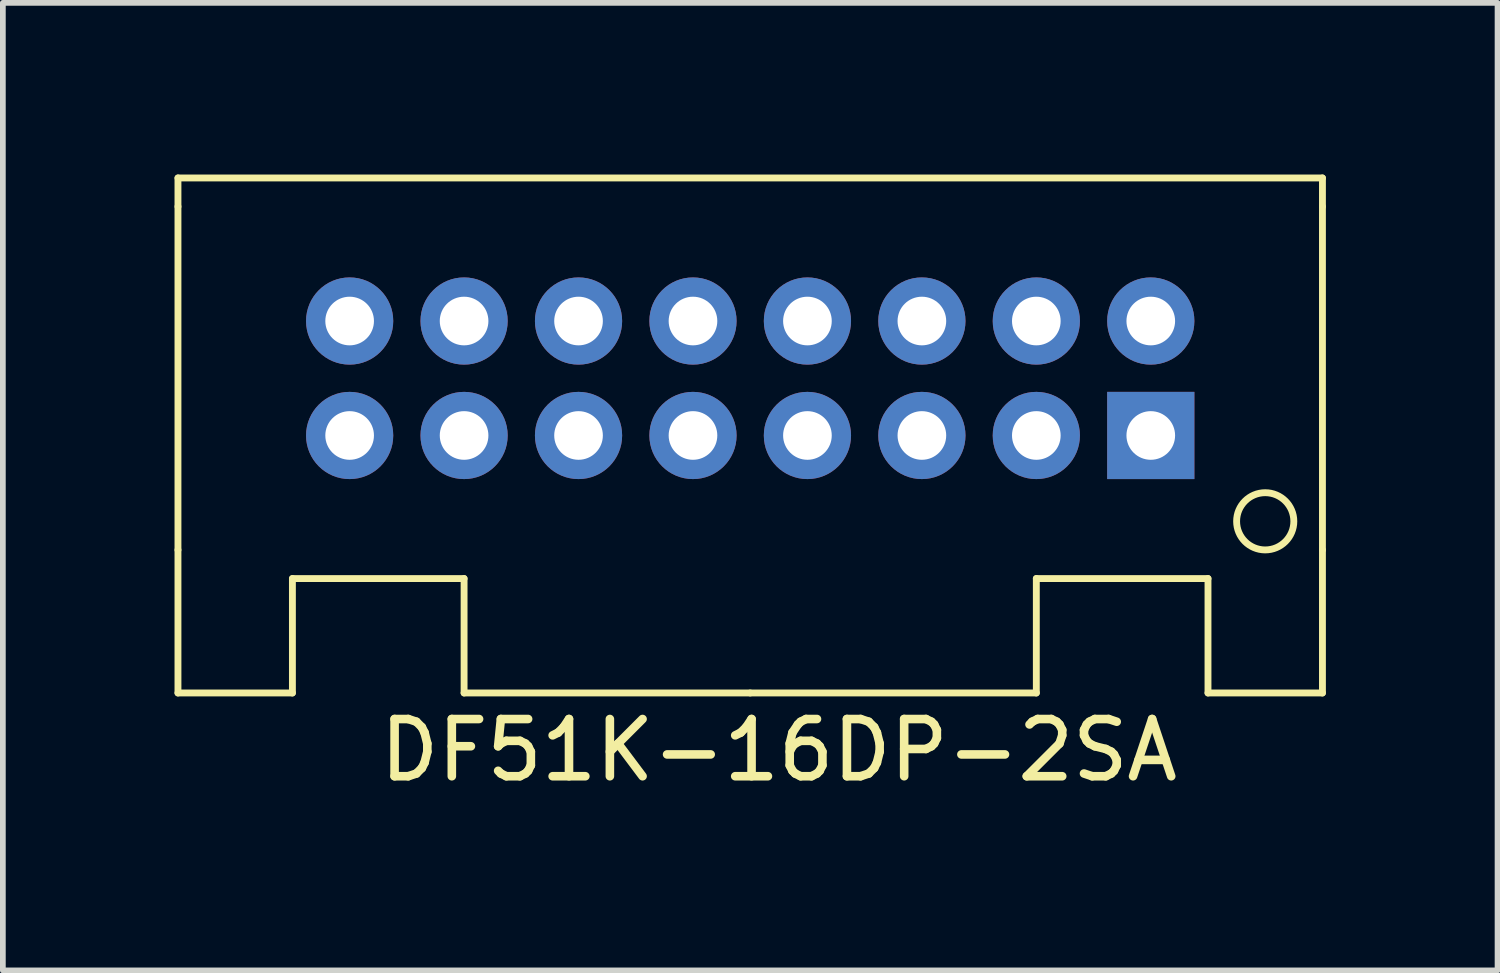
<source format=kicad_pcb>
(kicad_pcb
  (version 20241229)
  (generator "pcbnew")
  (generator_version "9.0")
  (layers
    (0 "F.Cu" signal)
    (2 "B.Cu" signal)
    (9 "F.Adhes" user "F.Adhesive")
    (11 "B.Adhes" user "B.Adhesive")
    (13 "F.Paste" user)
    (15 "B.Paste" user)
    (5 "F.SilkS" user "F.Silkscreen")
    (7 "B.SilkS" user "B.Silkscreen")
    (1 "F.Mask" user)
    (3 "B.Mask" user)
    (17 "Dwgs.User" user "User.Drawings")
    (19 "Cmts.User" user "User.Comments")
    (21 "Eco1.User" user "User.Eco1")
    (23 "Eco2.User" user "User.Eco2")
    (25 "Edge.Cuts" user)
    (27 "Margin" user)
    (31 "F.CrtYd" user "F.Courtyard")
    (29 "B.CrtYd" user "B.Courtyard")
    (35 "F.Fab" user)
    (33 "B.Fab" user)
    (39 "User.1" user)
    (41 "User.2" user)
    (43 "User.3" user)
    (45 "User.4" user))
  (footprint "DF51K-16DP-2SA"
    (layer "F.Cu")
    (at 10.06 3.56)
    (property "Reference" "DF51K-16DP-2SA" (at 0.5 6.5 0) (layer "F.SilkS") (effects (font (size 1 1) (thickness 0.15))))
    (attr through_hole)
    (fp_line (start -10 -3.5) (end -10 -3) (stroke (width 0.12) (type solid)) (layer "F.SilkS"))
    (fp_line (start -10 -3.5) (end 10 -3.5) (stroke (width 0.12) (type solid)) (layer "F.SilkS"))
    (fp_line (start -10 3) (end -10 -3) (stroke (width 0.12) (type solid)) (layer "F.SilkS"))
    (fp_line (start -10 5.5) (end -10 3) (stroke (width 0.12) (type solid)) (layer "F.SilkS"))
    (fp_line (start -10 5.5) (end -8 5.5) (stroke (width 0.12) (type solid)) (layer "F.SilkS"))
    (fp_line (start -8 3.5) (end -5 3.5) (stroke (width 0.12) (type solid)) (layer "F.SilkS"))
    (fp_line (start -8 5.5) (end -8 3.5) (stroke (width 0.12) (type solid)) (layer "F.SilkS"))
    (fp_line (start -5 3.5) (end -5 5.5) (stroke (width 0.12) (type solid)) (layer "F.SilkS"))
    (fp_line (start -5 5.5) (end 0 5.5) (stroke (width 0.12) (type solid)) (layer "F.SilkS"))
    (fp_line (start 0 5.5) (end 5 5.5) (stroke (width 0.12) (type solid)) (layer "F.SilkS"))
    (fp_line (start 5 3.5) (end 8 3.5) (stroke (width 0.12) (type solid)) (layer "F.SilkS"))
    (fp_line (start 5 5.5) (end 5 3.5) (stroke (width 0.12) (type solid)) (layer "F.SilkS"))
    (fp_line (start 8 3.5) (end 8 5.5) (stroke (width 0.12) (type solid)) (layer "F.SilkS"))
    (fp_line (start 8 5.5) (end 10 5.5) (stroke (width 0.12) (type solid)) (layer "F.SilkS"))
    (fp_line (start 10 -3.5) (end 10 -3) (stroke (width 0.12) (type solid)) (layer "F.SilkS"))
    (fp_line (start 10 3) (end 10 -3) (stroke (width 0.12) (type solid)) (layer "F.SilkS"))
    (fp_line (start 10 5.5) (end 10 3) (stroke (width 0.12) (type solid)) (layer "F.SilkS"))
    (fp_circle (center 9 2.5) (end 9.5 2.5) (stroke (width 0.12) (type solid)) (fill no) (layer "F.SilkS"))
    (pad "1" thru_hole rect (at 7 1) (size 1.524 1.524) (drill 0.85) (layers "*.Cu" "*.Mask"))
    (pad "2" thru_hole circle (at 5 1) (size 1.524 1.524) (drill 0.85) (layers "*.Cu" "*.Mask"))
    (pad "3" thru_hole circle (at 3 1) (size 1.524 1.524) (drill 0.85) (layers "*.Cu" "*.Mask"))
    (pad "4" thru_hole circle (at 1 1) (size 1.524 1.524) (drill 0.85) (layers "*.Cu" "*.Mask"))
    (pad "5" thru_hole circle (at -1 1) (size 1.524 1.524) (drill 0.85) (layers "*.Cu" "*.Mask"))
    (pad "6" thru_hole circle (at -3 1) (size 1.524 1.524) (drill 0.85) (layers "*.Cu" "*.Mask"))
    (pad "7" thru_hole circle (at -5 1) (size 1.524 1.524) (drill 0.85) (layers "*.Cu" "*.Mask"))
    (pad "8" thru_hole circle (at -7 1) (size 1.524 1.524) (drill 0.85) (layers "*.Cu" "*.Mask"))
    (pad "9" thru_hole circle (at -7 -1) (size 1.524 1.524) (drill 0.85) (layers "*.Cu" "*.Mask"))
    (pad "10" thru_hole circle (at -5 -1) (size 1.524 1.524) (drill 0.85) (layers "*.Cu" "*.Mask"))
    (pad "11" thru_hole circle (at -3 -1) (size 1.524 1.524) (drill 0.85) (layers "*.Cu" "*.Mask"))
    (pad "12" thru_hole circle (at -1 -1) (size 1.524 1.524) (drill 0.85) (layers "*.Cu" "*.Mask"))
    (pad "13" thru_hole circle (at 1 -1) (size 1.524 1.524) (drill 0.85) (layers "*.Cu" "*.Mask"))
    (pad "14" thru_hole circle (at 3 -1) (size 1.524 1.524) (drill 0.85) (layers "*.Cu" "*.Mask"))
    (pad "15" thru_hole circle (at 5 -1) (size 1.524 1.524) (drill 0.85) (layers "*.Cu" "*.Mask"))
    (pad "16" thru_hole circle (at 7 -1) (size 1.524 1.524) (drill 0.85) (layers "*.Cu" "*.Mask")))
  (gr_rect
    (start -3 -3)
    (end 23.12 13.908)
    (stroke (width 0.1) (type default))
    (fill no)
    (layer "Edge.Cuts")))
</source>
